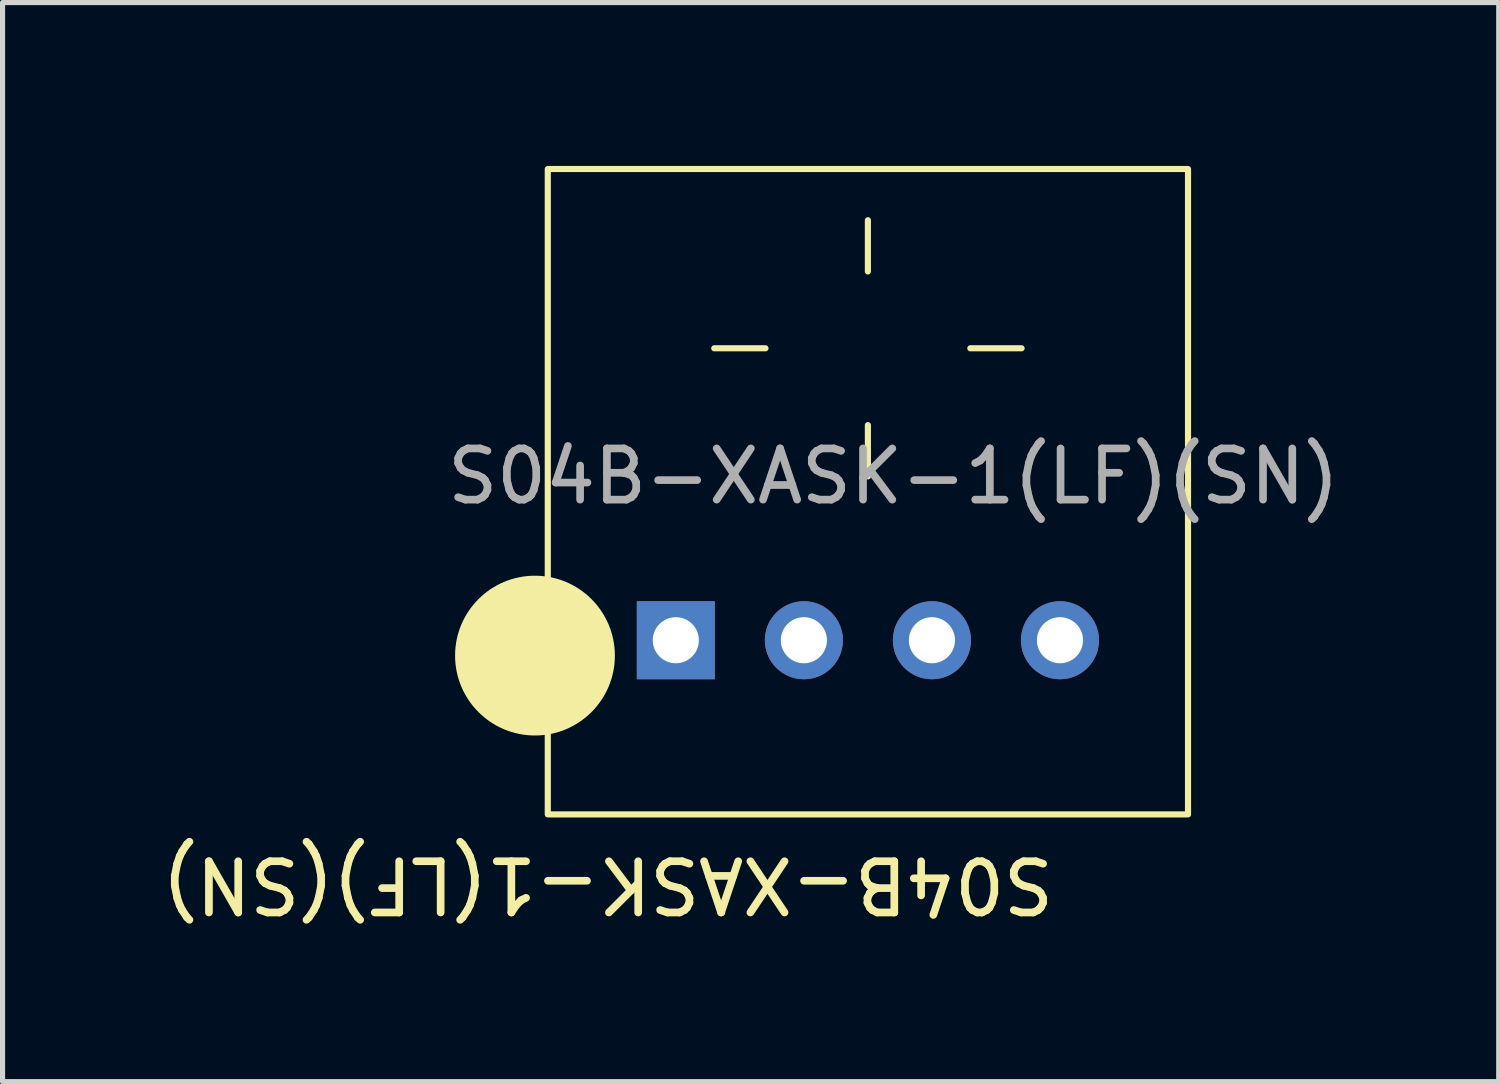
<source format=kicad_pcb>
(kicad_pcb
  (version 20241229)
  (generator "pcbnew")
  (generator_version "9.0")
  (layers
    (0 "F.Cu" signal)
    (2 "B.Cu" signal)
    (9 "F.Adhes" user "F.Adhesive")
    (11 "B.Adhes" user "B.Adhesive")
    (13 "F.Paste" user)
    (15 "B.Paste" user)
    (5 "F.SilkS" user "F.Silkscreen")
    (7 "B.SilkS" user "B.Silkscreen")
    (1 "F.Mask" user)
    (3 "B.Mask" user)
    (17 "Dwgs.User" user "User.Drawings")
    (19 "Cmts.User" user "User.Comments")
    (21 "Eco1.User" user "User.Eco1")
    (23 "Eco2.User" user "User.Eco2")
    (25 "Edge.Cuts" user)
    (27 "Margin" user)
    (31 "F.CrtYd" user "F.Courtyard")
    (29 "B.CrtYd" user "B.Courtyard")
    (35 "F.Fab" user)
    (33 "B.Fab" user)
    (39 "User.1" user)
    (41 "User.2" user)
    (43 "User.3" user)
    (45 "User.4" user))
  (footprint "S04B-XASK-1(LF)(SN)"
    (layer "F.Cu")
    (at 13.895 0.25)
    (property "Reference" "S04B-XASK-1(LF)(SN)" (at -5.08 13.97 180) (unlocked yes) (layer "F.SilkS") (effects (font (size 1 1) (thickness 0.15))))
    (attr through_hole)
    (fp_line (start -2 3.5) (end -3 3.5) (stroke (width 0.12) (type solid)) (layer "F.SilkS"))
    (fp_line (start 0 2) (end 0 1) (stroke (width 0.12) (type solid)) (layer "F.SilkS"))
    (fp_line (start 0 5) (end 0 6) (stroke (width 0.12) (type solid)) (layer "F.SilkS"))
    (fp_line (start 2 3.5) (end 3 3.5) (stroke (width 0.12) (type solid)) (layer "F.SilkS"))
    (fp_rect (start -6.25 0) (end 6.25 12.6) (stroke (width 0.12) (type solid)) (fill no) (layer "F.SilkS"))
    (fp_circle (center -6.5 9.5) (end -5 9.5) (stroke (width 0.12) (type solid)) (fill yes) (layer "F.SilkS"))
    (fp_text user "${REFERENCE}" (at 0.5 6 0) (unlocked yes) (layer "F.Fab") (effects (font (size 1 1) (thickness 0.15))))
    (pad "" thru_hole circle (at 0 3.5) (size 0.001 0.001) (drill oval 2.8 2) (layers "*.Mask" "Dwgs.User"))
    (pad "1" thru_hole rect (at -3.75 9.2) (size 1.524 1.524) (drill 0.9) (layers "*.Cu" "*.Mask"))
    (pad "2" thru_hole circle (at -1.25 9.2) (size 1.524 1.524) (drill 0.9) (layers "*.Cu" "*.Mask"))
    (pad "3" thru_hole circle (at 1.25 9.2) (size 1.524 1.524) (drill 0.9) (layers "*.Cu" "*.Mask"))
    (pad "4" thru_hole circle (at 3.75 9.2) (size 1.524 1.524) (drill 0.9) (layers "*.Cu" "*.Mask")))
  (gr_rect
    (start -3 -3)
    (end 26.211 18.068)
    (stroke (width 0.1) (type default))
    (fill no)
    (layer "Edge.Cuts")))
</source>
